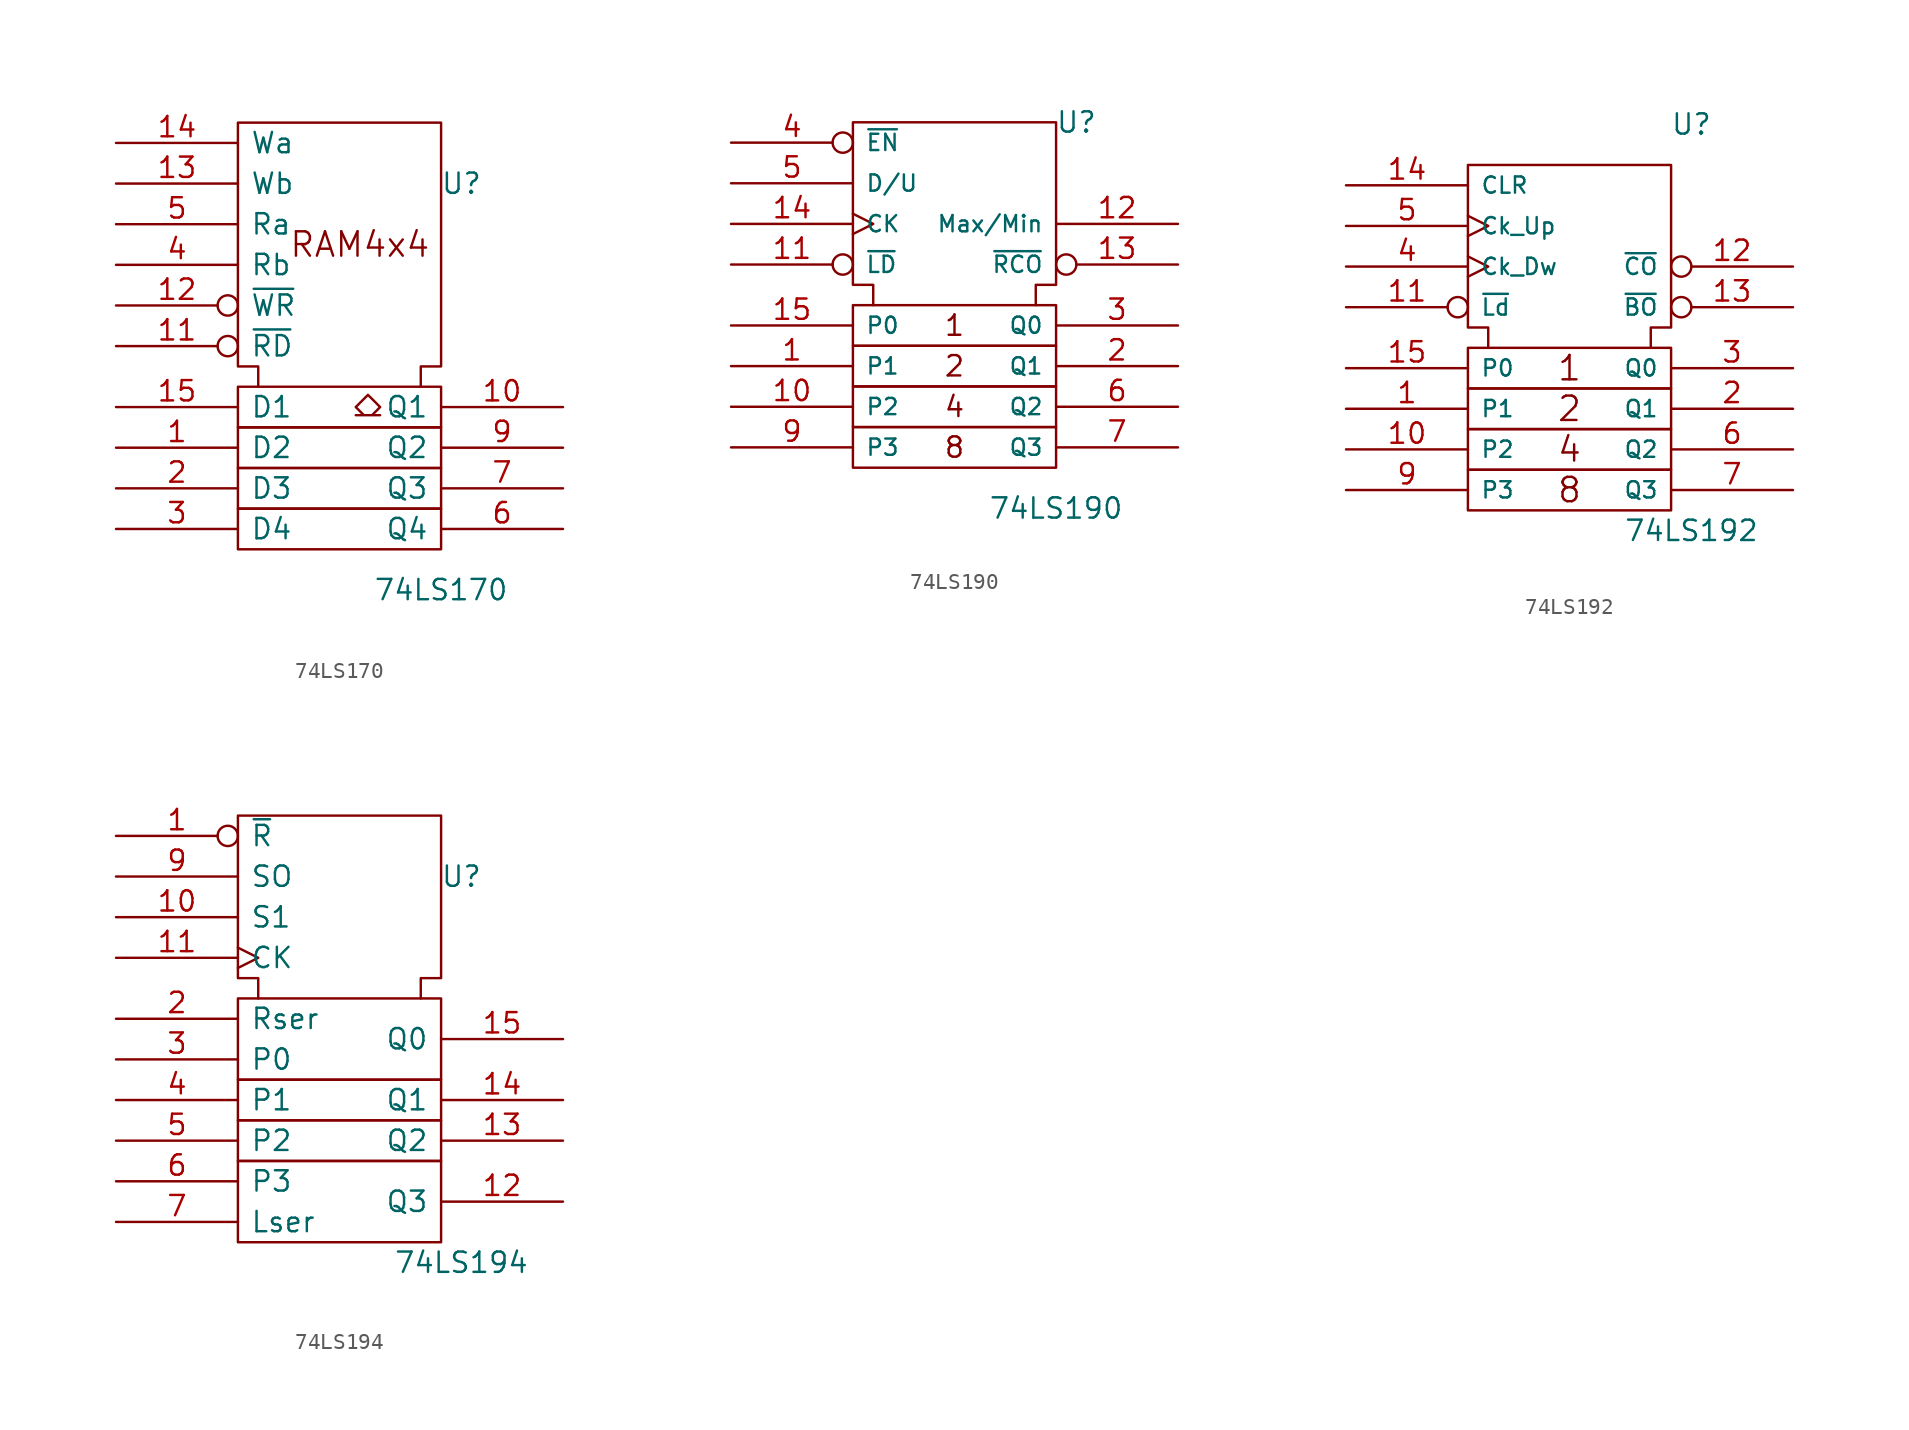
<source format=kicad_sym>
(kicad_symbol_lib
  (version 20201005)
  (generator kicad_symbol_editor)
  (symbol "74LS170"
    (pin_names
      (offset 0.762))
    (property "Reference" "U"
      (at 7.62 10.16 0)
      (effects (font (size 1.27 1.27))))
    (property "Value" "74LS170"
      (at 6.35 -15.24 0)
      (effects (font (size 1.27 1.27))))
    (symbol "74LS170_0_0"
      (text "RAM4x4" (at 1.27 6.35 0) (effects (font (size 1.524 1.524))))
      (rectangle (start -6.35 -2.54) (end 6.35 -5.08) (stroke (width 0)) (fill (type none)))
      (rectangle (start -6.35 -10.16) (end 6.35 -12.7) (stroke (width 0)) (fill (type none)))
      (rectangle (start -6.35 -7.62) (end 6.35 -10.16) (stroke (width 0)) (fill (type none)))
      (rectangle (start -6.35 -5.08) (end 6.35 -7.62) (stroke (width 0)) (fill (type none)))
      (polyline (pts (xy 1.778 -3.048) (xy 2.54 -3.81) (xy 2.032 -4.318) (xy 2.54 -4.318) (xy 1.016 -4.318) (xy 1.524 -4.318) (xy 1.016 -3.81) (xy 1.778 -3.048) (xy 1.778 -3.048)) (stroke (width 0)) (fill (type none)))
      (polyline (pts (xy -5.08 -2.54) (xy -5.08 -1.27) (xy -6.35 -1.27) (xy -6.35 13.97) (xy 6.35 13.97) (xy 6.35 -1.27) (xy 5.08 -1.27) (xy 5.08 -2.54) (xy 5.08 -2.54)) (stroke (width 0)) (fill (type none)))
      (pin power_in line (at 0 13.97 270) (length 0) hide (name "GND" (effects (font (size 1.27 1.27)))) (number "8" (effects (font (size 1.27 1.27)))))
      (pin power_in line (at 3.81 13.97 270) (length 0) hide (name "VCC" (effects (font (size 1.27 1.27)))) (number "16" (effects (font (size 1.27 1.27))))))
    (symbol "74LS170_1_1"
      (pin tri_state line (at 13.97 -11.43 180) (length 7.62) (name "Q4" (effects (font (size 1.27 1.27)))) (number "6" (effects (font (size 1.27 1.27)))))
      (pin tri_state line (at 13.97 -8.89 180) (length 7.62) (name "Q3" (effects (font (size 1.27 1.27)))) (number "7" (effects (font (size 1.27 1.27)))))
      (pin tri_state line (at 13.97 -6.35 180) (length 7.62) (name "Q2" (effects (font (size 1.27 1.27)))) (number "9" (effects (font (size 1.27 1.27)))))
      (pin tri_state line (at 13.97 -3.81 180) (length 7.62) (name "Q1" (effects (font (size 1.27 1.27)))) (number "10" (effects (font (size 1.27 1.27)))))
      (pin input line (at -13.97 -11.43 0) (length 7.62) (name "D4" (effects (font (size 1.27 1.27)))) (number "3" (effects (font (size 1.27 1.27)))))
      (pin input line (at -13.97 -8.89 0) (length 7.62) (name "D3" (effects (font (size 1.27 1.27)))) (number "2" (effects (font (size 1.27 1.27)))))
      (pin input line (at -13.97 -6.35 0) (length 7.62) (name "D2" (effects (font (size 1.27 1.27)))) (number "1" (effects (font (size 1.27 1.27)))))
      (pin input line (at -13.97 -3.81 0) (length 7.62) (name "D1" (effects (font (size 1.27 1.27)))) (number "15" (effects (font (size 1.27 1.27)))))
      (pin input inverted (at -13.97 0 0) (length 7.62) (name "~RD" (effects (font (size 1.27 1.27)))) (number "11" (effects (font (size 1.27 1.27)))))
      (pin input inverted (at -13.97 2.54 0) (length 7.62) (name "~WR" (effects (font (size 1.27 1.27)))) (number "12" (effects (font (size 1.27 1.27)))))
      (pin input line (at -13.97 5.08 0) (length 7.62) (name "Rb" (effects (font (size 1.27 1.27)))) (number "4" (effects (font (size 1.27 1.27)))))
      (pin input line (at -13.97 7.62 0) (length 7.62) (name "Ra" (effects (font (size 1.27 1.27)))) (number "5" (effects (font (size 1.27 1.27)))))
      (pin input line (at -13.97 10.16 0) (length 7.62) (name "Wb" (effects (font (size 1.27 1.27)))) (number "13" (effects (font (size 1.27 1.27)))))
      (pin input line (at -13.97 12.7 0) (length 7.62) (name "Wa" (effects (font (size 1.27 1.27)))) (number "14" (effects (font (size 1.27 1.27)))))))
  (symbol "74LS190"
    (pin_names
      (offset 0.762))
    (property "Reference" "U"
      (at 7.62 11.43 0)
      (effects (font (size 1.27 1.27))))
    (property "Value" "74LS190"
      (at 6.35 -12.7 0)
      (effects (font (size 1.27 1.27))))
    (symbol "74LS190_0_0"
      (text "2" (at 0 -3.81 0) (effects (font (size 1.27 1.27))))
      (text "8" (at 0 -8.89 0) (effects (font (size 1.27 1.27))))
      (text "4" (at 0 -6.35 0) (effects (font (size 1.27 1.27))))
      (text "1" (at 0 -1.27 0) (effects (font (size 1.27 1.27))))
      (rectangle (start -6.35 -5.08) (end 6.35 -7.62) (stroke (width 0)) (fill (type none)))
      (rectangle (start -6.35 -2.54) (end 6.35 -5.08) (stroke (width 0)) (fill (type none)))
      (rectangle (start -6.35 0) (end 6.35 -2.54) (stroke (width 0)) (fill (type none)))
      (rectangle (start -6.35 -7.62) (end 6.35 -10.16) (stroke (width 0)) (fill (type none)))
      (polyline (pts (xy -5.08 0) (xy -5.08 1.27) (xy -6.35 1.27) (xy -6.35 11.43) (xy 6.35 11.43) (xy 6.35 1.27) (xy 5.08 1.27) (xy 5.08 0) (xy 5.08 0)) (stroke (width 0)) (fill (type none)))
      (pin power_in line (at 1.27 11.43 270) (length 0) hide (name "GND" (effects (font (size 1.016 1.016)))) (number "8" (effects (font (size 1.27 1.27)))))
      (pin power_in line (at 3.81 11.43 270) (length 0) hide (name "VCC" (effects (font (size 1.016 1.016)))) (number "16" (effects (font (size 1.27 1.27))))))
    (symbol "74LS190_1_1"
      (pin output line (at 13.97 -8.89 180) (length 7.62) (name "Q3" (effects (font (size 1.016 1.016)))) (number "7" (effects (font (size 1.27 1.27)))))
      (pin output line (at 13.97 -6.35 180) (length 7.62) (name "Q2" (effects (font (size 1.016 1.016)))) (number "6" (effects (font (size 1.27 1.27)))))
      (pin output line (at 13.97 -3.81 180) (length 7.62) (name "Q1" (effects (font (size 1.016 1.016)))) (number "2" (effects (font (size 1.27 1.27)))))
      (pin output line (at 13.97 -1.27 180) (length 7.62) (name "Q0" (effects (font (size 1.016 1.016)))) (number "3" (effects (font (size 1.27 1.27)))))
      (pin output inverted (at 13.97 2.54 180) (length 7.62) (name "~RCO" (effects (font (size 1.016 1.016)))) (number "13" (effects (font (size 1.27 1.27)))))
      (pin output line (at 13.97 5.08 180) (length 7.62) (name "Max/Min" (effects (font (size 1.016 1.016)))) (number "12" (effects (font (size 1.27 1.27)))))
      (pin input line (at -13.97 -8.89 0) (length 7.62) (name "P3" (effects (font (size 1.016 1.016)))) (number "9" (effects (font (size 1.27 1.27)))))
      (pin input line (at -13.97 -6.35 0) (length 7.62) (name "P2" (effects (font (size 1.016 1.016)))) (number "10" (effects (font (size 1.27 1.27)))))
      (pin input line (at -13.97 -3.81 0) (length 7.62) (name "P1" (effects (font (size 1.016 1.016)))) (number "1" (effects (font (size 1.27 1.27)))))
      (pin input line (at -13.97 -1.27 0) (length 7.62) (name "P0" (effects (font (size 1.016 1.016)))) (number "15" (effects (font (size 1.27 1.27)))))
      (pin input inverted (at -13.97 2.54 0) (length 7.62) (name "~LD" (effects (font (size 1.016 1.016)))) (number "11" (effects (font (size 1.27 1.27)))))
      (pin input clock (at -13.97 5.08 0) (length 7.62) (name "CK" (effects (font (size 1.016 1.016)))) (number "14" (effects (font (size 1.27 1.27)))))
      (pin input line (at -13.97 7.62 0) (length 7.62) (name "D/U" (effects (font (size 1.016 1.016)))) (number "5" (effects (font (size 1.27 1.27)))))
      (pin input inverted (at -13.97 10.16 0) (length 7.62) (name "~EN" (effects (font (size 1.016 1.016)))) (number "4" (effects (font (size 1.27 1.27)))))))
  (symbol "74LS192"
    (pin_names
      (offset 0.762))
    (property "Reference" "U"
      (at 7.62 13.97 0)
      (effects (font (size 1.27 1.27))))
    (property "Value" "74LS192"
      (at 7.62 -11.43 0)
      (effects (font (size 1.27 1.27))))
    (symbol "74LS192_0_0"
      (text "2" (at 0 -3.81 0) (effects (font (size 1.524 1.524))))
      (text "8" (at 0 -8.89 0) (effects (font (size 1.524 1.524))))
      (text "4" (at 0 -6.35 0) (effects (font (size 1.524 1.524))))
      (text "1" (at 0 -1.27 0) (effects (font (size 1.524 1.524))))
      (pin power_in line (at 1.27 11.43 270) (length 0) hide (name "GND" (effects (font (size 1.016 1.016)))) (number "8" (effects (font (size 1.27 1.27)))))
      (pin power_in line (at 5.08 11.43 270) (length 0) hide (name "VCC" (effects (font (size 1.016 1.016)))) (number "16" (effects (font (size 1.27 1.27))))))
    (symbol "74LS192_0_1"
      (rectangle (start -6.35 -7.62) (end 6.35 -10.16) (stroke (width 0)) (fill (type none)))
      (rectangle (start -6.35 -5.08) (end 6.35 -7.62) (stroke (width 0)) (fill (type none)))
      (rectangle (start -6.35 -2.54) (end 6.35 -5.08) (stroke (width 0)) (fill (type none)))
      (rectangle (start -6.35 0) (end 6.35 -2.54) (stroke (width 0)) (fill (type none)))
      (polyline (pts (xy -5.08 0) (xy -5.08 1.27) (xy -6.35 1.27) (xy -6.35 11.43) (xy 6.35 11.43) (xy 6.35 1.27) (xy 5.08 1.27) (xy 5.08 0) (xy 5.08 0)) (stroke (width 0)) (fill (type none))))
    (symbol "74LS192_1_1"
      (pin input line (at 13.97 -8.89 180) (length 7.62) (name "Q3" (effects (font (size 1.016 1.016)))) (number "7" (effects (font (size 1.27 1.27)))))
      (pin input line (at 13.97 -6.35 180) (length 7.62) (name "Q2" (effects (font (size 1.016 1.016)))) (number "6" (effects (font (size 1.27 1.27)))))
      (pin input line (at 13.97 -3.81 180) (length 7.62) (name "Q1" (effects (font (size 1.016 1.016)))) (number "2" (effects (font (size 1.27 1.27)))))
      (pin input line (at 13.97 -1.27 180) (length 7.62) (name "Q0" (effects (font (size 1.016 1.016)))) (number "3" (effects (font (size 1.27 1.27)))))
      (pin input inverted (at 13.97 2.54 180) (length 7.62) (name "~BO" (effects (font (size 1.016 1.016)))) (number "13" (effects (font (size 1.27 1.27)))))
      (pin input inverted (at 13.97 5.08 180) (length 7.62) (name "~CO" (effects (font (size 1.016 1.016)))) (number "12" (effects (font (size 1.27 1.27)))))
      (pin input line (at -13.97 -8.89 0) (length 7.62) (name "P3" (effects (font (size 1.016 1.016)))) (number "9" (effects (font (size 1.27 1.27)))))
      (pin input line (at -13.97 -6.35 0) (length 7.62) (name "P2" (effects (font (size 1.016 1.016)))) (number "10" (effects (font (size 1.27 1.27)))))
      (pin input line (at -13.97 -3.81 0) (length 7.62) (name "P1" (effects (font (size 1.016 1.016)))) (number "1" (effects (font (size 1.27 1.27)))))
      (pin input line (at -13.97 -1.27 0) (length 7.62) (name "P0" (effects (font (size 1.016 1.016)))) (number "15" (effects (font (size 1.27 1.27)))))
      (pin input inverted (at -13.97 2.54 0) (length 7.62) (name "~Ld" (effects (font (size 1.016 1.016)))) (number "11" (effects (font (size 1.27 1.27)))))
      (pin input clock (at -13.97 5.08 0) (length 7.62) (name "Ck_Dw" (effects (font (size 1.016 1.016)))) (number "4" (effects (font (size 1.27 1.27)))))
      (pin input clock (at -13.97 7.62 0) (length 7.62) (name "Ck_Up" (effects (font (size 1.016 1.016)))) (number "5" (effects (font (size 1.27 1.27)))))
      (pin input line (at -13.97 10.16 0) (length 7.62) (name "CLR" (effects (font (size 1.016 1.016)))) (number "14" (effects (font (size 1.27 1.27)))))))
  (symbol "74LS194"
    (pin_names
      (offset 0.762))
    (property "Reference" "U"
      (at 7.62 8.89 0)
      (effects (font (size 1.27 1.27))))
    (property "Value" "74LS194"
      (at 7.62 -15.24 0)
      (effects (font (size 1.27 1.27))))
    (symbol "74LS194_0_0"
      (rectangle (start -6.35 -8.89) (end 6.35 -13.97) (stroke (width 0)) (fill (type none)))
      (polyline (pts (xy -5.08 1.27) (xy -5.08 2.54) (xy -6.35 2.54) (xy -6.35 12.7) (xy 6.35 12.7) (xy 6.35 2.54) (xy 5.08 2.54) (xy 5.08 1.27) (xy 5.08 1.27)) (stroke (width 0)) (fill (type none)))
      (pin power_in line (at 0 12.7 270) (length 0) hide (name "GND" (effects (font (size 1.27 1.27)))) (number "8" (effects (font (size 1.27 1.27)))))
      (pin power_in line (at -13.97 -12.7 0) (length 7.62) (name "Lser" (effects (font (size 1.27 1.27)))) (number "7" (effects (font (size 1.27 1.27))))))
    (symbol "74LS194_0_1"
      (rectangle (start -6.35 1.27) (end 6.35 -3.81) (stroke (width 0)) (fill (type none)))
      (rectangle (start -6.35 -6.35) (end 6.35 -8.89) (stroke (width 0)) (fill (type none)))
      (rectangle (start -6.35 -3.81) (end 6.35 -6.35) (stroke (width 0)) (fill (type none)))
      (pin power_in line (at 3.81 12.7 270) (length 0) hide (name "Vdd" (effects (font (size 1.27 1.27)))) (number "16" (effects (font (size 1.27 1.27))))))
    (symbol "74LS194_1_1"
      (pin output line (at 13.97 -11.43 180) (length 7.62) (name "Q3" (effects (font (size 1.27 1.27)))) (number "12" (effects (font (size 1.27 1.27)))))
      (pin output line (at 13.97 -7.62 180) (length 7.62) (name "Q2" (effects (font (size 1.27 1.27)))) (number "13" (effects (font (size 1.27 1.27)))))
      (pin output line (at 13.97 -5.08 180) (length 7.62) (name "Q1" (effects (font (size 1.27 1.27)))) (number "14" (effects (font (size 1.27 1.27)))))
      (pin output line (at 13.97 -1.27 180) (length 7.62) (name "Q0" (effects (font (size 1.27 1.27)))) (number "15" (effects (font (size 1.27 1.27)))))
      (pin input line (at -13.97 -10.16 0) (length 7.62) (name "P3" (effects (font (size 1.27 1.27)))) (number "6" (effects (font (size 1.27 1.27)))))
      (pin input line (at -13.97 -7.62 0) (length 7.62) (name "P2" (effects (font (size 1.27 1.27)))) (number "5" (effects (font (size 1.27 1.27)))))
      (pin input line (at -13.97 -5.08 0) (length 7.62) (name "P1" (effects (font (size 1.27 1.27)))) (number "4" (effects (font (size 1.27 1.27)))))
      (pin input line (at -13.97 -2.54 0) (length 7.62) (name "P0" (effects (font (size 1.27 1.27)))) (number "3" (effects (font (size 1.27 1.27)))))
      (pin input line (at -13.97 0 0) (length 7.62) (name "Rser" (effects (font (size 1.27 1.27)))) (number "2" (effects (font (size 1.27 1.27)))))
      (pin input clock (at -13.97 3.81 0) (length 7.62) (name "CK" (effects (font (size 1.27 1.27)))) (number "11" (effects (font (size 1.27 1.27)))))
      (pin input line (at -13.97 6.35 0) (length 7.62) (name "S1" (effects (font (size 1.27 1.27)))) (number "10" (effects (font (size 1.27 1.27)))))
      (pin input line (at -13.97 8.89 0) (length 7.62) (name "SO" (effects (font (size 1.27 1.27)))) (number "9" (effects (font (size 1.27 1.27)))))
      (pin input inverted (at -13.97 11.43 0) (length 7.62) (name "~R" (effects (font (size 1.27 1.27)))) (number "1" (effects (font (size 1.27 1.27))))))))
</source>
